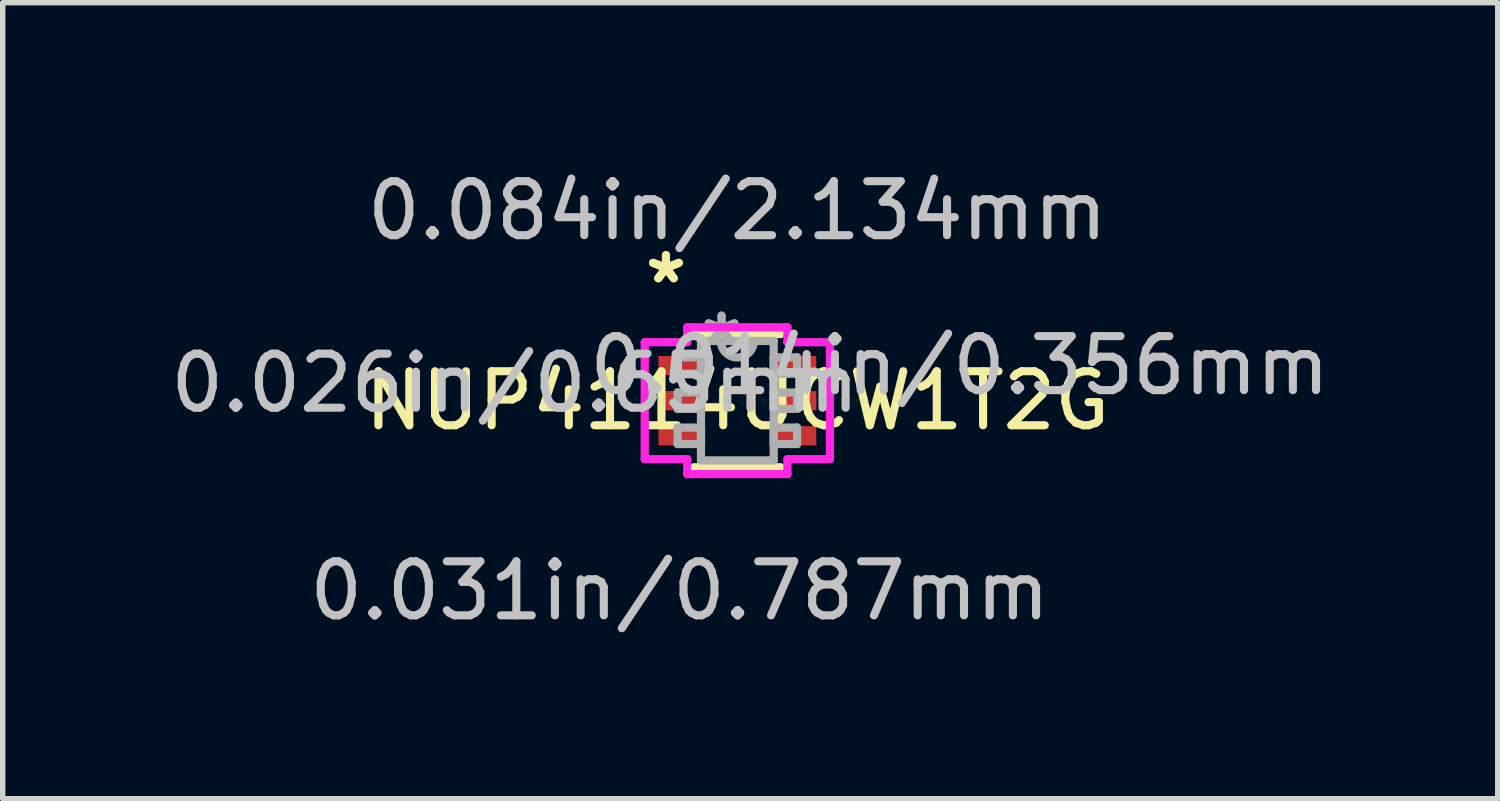
<source format=kicad_pcb>
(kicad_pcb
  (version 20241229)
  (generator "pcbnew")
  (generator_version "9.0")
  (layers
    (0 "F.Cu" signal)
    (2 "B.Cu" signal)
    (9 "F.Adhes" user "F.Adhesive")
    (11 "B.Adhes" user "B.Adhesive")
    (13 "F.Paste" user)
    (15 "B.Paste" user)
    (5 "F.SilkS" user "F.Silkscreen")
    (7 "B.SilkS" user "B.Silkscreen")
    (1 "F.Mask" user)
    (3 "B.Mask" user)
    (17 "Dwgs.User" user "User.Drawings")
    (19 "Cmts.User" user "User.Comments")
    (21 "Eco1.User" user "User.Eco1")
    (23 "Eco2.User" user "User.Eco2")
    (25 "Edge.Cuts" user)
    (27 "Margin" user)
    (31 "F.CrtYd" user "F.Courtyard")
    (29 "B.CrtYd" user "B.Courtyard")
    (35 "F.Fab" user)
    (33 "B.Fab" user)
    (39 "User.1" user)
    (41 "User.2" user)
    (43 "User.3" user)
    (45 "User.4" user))
  (footprint "NUP4114UCW1T2G"
    (layer "F.Cu")
    (at 10.597 4.366)
    (property "Reference" "NUP4114UCW1T2G" (at 0 0 0) (layer "F.SilkS") (effects (font (size 1 1) (thickness 0.15))))
    (attr through_hole)
    (fp_line (start -0.8 1.232) (end 0.8 1.232) (stroke (width 0.152) (type solid)) (layer "F.SilkS"))
    (fp_line (start 0.8 -1.232) (end -0.8 -1.232) (stroke (width 0.152) (type solid)) (layer "F.SilkS"))
    (fp_line (start -1.714 -1.082) (end -0.927 -1.082) (stroke (width 0.152) (type solid)) (layer "F.CrtYd"))
    (fp_line (start -1.714 1.082) (end -1.714 -1.082) (stroke (width 0.152) (type solid)) (layer "F.CrtYd"))
    (fp_line (start -0.927 -1.359) (end 0.927 -1.359) (stroke (width 0.152) (type solid)) (layer "F.CrtYd"))
    (fp_line (start -0.927 -1.082) (end -0.927 -1.359) (stroke (width 0.152) (type solid)) (layer "F.CrtYd"))
    (fp_line (start -0.927 1.082) (end -1.714 1.082) (stroke (width 0.152) (type solid)) (layer "F.CrtYd"))
    (fp_line (start -0.927 1.359) (end -0.927 1.082) (stroke (width 0.152) (type solid)) (layer "F.CrtYd"))
    (fp_line (start 0.927 -1.359) (end 0.927 -1.082) (stroke (width 0.152) (type solid)) (layer "F.CrtYd"))
    (fp_line (start 0.927 -1.082) (end 1.714 -1.082) (stroke (width 0.152) (type solid)) (layer "F.CrtYd"))
    (fp_line (start 0.927 1.082) (end 0.927 1.359) (stroke (width 0.152) (type solid)) (layer "F.CrtYd"))
    (fp_line (start 0.927 1.359) (end -0.927 1.359) (stroke (width 0.152) (type solid)) (layer "F.CrtYd"))
    (fp_line (start 1.714 -1.082) (end 1.714 1.082) (stroke (width 0.152) (type solid)) (layer "F.CrtYd"))
    (fp_line (start 1.714 1.082) (end 0.927 1.082) (stroke (width 0.152) (type solid)) (layer "F.CrtYd"))
    (fp_line (start -1.105 -0.802) (end -1.105 -0.498) (stroke (width 0.152) (type solid)) (layer "F.Fab"))
    (fp_line (start -1.105 -0.498) (end -0.673 -0.498) (stroke (width 0.152) (type solid)) (layer "F.Fab"))
    (fp_line (start -1.105 -0.152) (end -1.105 0.152) (stroke (width 0.152) (type solid)) (layer "F.Fab"))
    (fp_line (start -1.105 0.152) (end -0.673 0.152) (stroke (width 0.152) (type solid)) (layer "F.Fab"))
    (fp_line (start -1.105 0.498) (end -1.105 0.802) (stroke (width 0.152) (type solid)) (layer "F.Fab"))
    (fp_line (start -1.105 0.802) (end -0.673 0.802) (stroke (width 0.152) (type solid)) (layer "F.Fab"))
    (fp_line (start -0.673 -1.105) (end -0.673 1.105) (stroke (width 0.152) (type solid)) (layer "F.Fab"))
    (fp_line (start -0.673 -0.802) (end -1.105 -0.802) (stroke (width 0.152) (type solid)) (layer "F.Fab"))
    (fp_line (start -0.673 -0.498) (end -0.673 -0.802) (stroke (width 0.152) (type solid)) (layer "F.Fab"))
    (fp_line (start -0.673 -0.152) (end -1.105 -0.152) (stroke (width 0.152) (type solid)) (layer "F.Fab"))
    (fp_line (start -0.673 0.152) (end -0.673 -0.152) (stroke (width 0.152) (type solid)) (layer "F.Fab"))
    (fp_line (start -0.673 0.498) (end -1.105 0.498) (stroke (width 0.152) (type solid)) (layer "F.Fab"))
    (fp_line (start -0.673 0.802) (end -0.673 0.498) (stroke (width 0.152) (type solid)) (layer "F.Fab"))
    (fp_line (start -0.673 1.105) (end 0.673 1.105) (stroke (width 0.152) (type solid)) (layer "F.Fab"))
    (fp_line (start 0.673 -1.105) (end -0.673 -1.105) (stroke (width 0.152) (type solid)) (layer "F.Fab"))
    (fp_line (start 0.673 -0.802) (end 0.673 -0.498) (stroke (width 0.152) (type solid)) (layer "F.Fab"))
    (fp_line (start 0.673 -0.498) (end 1.105 -0.498) (stroke (width 0.152) (type solid)) (layer "F.Fab"))
    (fp_line (start 0.673 -0.152) (end 0.673 0.152) (stroke (width 0.152) (type solid)) (layer "F.Fab"))
    (fp_line (start 0.673 0.152) (end 1.105 0.152) (stroke (width 0.152) (type solid)) (layer "F.Fab"))
    (fp_line (start 0.673 0.498) (end 0.673 0.802) (stroke (width 0.152) (type solid)) (layer "F.Fab"))
    (fp_line (start 0.673 0.802) (end 1.105 0.802) (stroke (width 0.152) (type solid)) (layer "F.Fab"))
    (fp_line (start 0.673 1.105) (end 0.673 -1.105) (stroke (width 0.152) (type solid)) (layer "F.Fab"))
    (fp_line (start 1.105 -0.802) (end 0.673 -0.802) (stroke (width 0.152) (type solid)) (layer "F.Fab"))
    (fp_line (start 1.105 -0.498) (end 1.105 -0.802) (stroke (width 0.152) (type solid)) (layer "F.Fab"))
    (fp_line (start 1.105 -0.152) (end 0.673 -0.152) (stroke (width 0.152) (type solid)) (layer "F.Fab"))
    (fp_line (start 1.105 0.152) (end 1.105 -0.152) (stroke (width 0.152) (type solid)) (layer "F.Fab"))
    (fp_line (start 1.105 0.498) (end 0.673 0.498) (stroke (width 0.152) (type solid)) (layer "F.Fab"))
    (fp_line (start 1.105 0.802) (end 1.105 0.498) (stroke (width 0.152) (type solid)) (layer "F.Fab"))
    (fp_arc (start 0.3048 -1.1049) (mid 0 -0.8001) (end -0.3048 -1.1049) (stroke (width 0.1524) (type solid)) (layer "F.Fab"))
    (fp_text user "*" (at -1.321 -2.149 0) (layer "F.SilkS") (effects (font (size 1 1) (thickness 0.15))))
    (fp_text user "*" (at -1.321 -2.149 0) (layer "F.SilkS") (effects (font (size 1 1) (thickness 0.15))))
    (fp_text user "0.084in/2.134mm" (at 0 -3.518 0) (layer "Dwgs.User") (effects (font (size 1 1) (thickness 0.15))))
    (fp_text user "0.014in/0.356mm" (at 4.115 -0.65 0) (layer "Dwgs.User") (effects (font (size 1 1) (thickness 0.15))))
    (fp_text user "0.026in/0.65mm" (at -4.115 -0.325 0) (layer "Dwgs.User") (effects (font (size 1 1) (thickness 0.15))))
    (fp_text user "0.031in/0.787mm" (at -1.067 3.518 0) (layer "Dwgs.User") (effects (font (size 1 1) (thickness 0.15))))
    (fp_text user "Copyright 2016 Accelerated Designs. All rights reserved." (at 0 0 0) (layer "Cmts.User") (effects (font (size 0.127 0.127) (thickness 0.002))))
    (fp_text user "*" (at -0.292 -1.029 0) (layer "F.Fab") (effects (font (size 1 1) (thickness 0.15))))
    (fp_text user "*" (at -0.292 -1.029 0) (layer "F.Fab") (effects (font (size 1 1) (thickness 0.15))))
    (pad "1" smd rect (at -1.067 -0.65) (size 0.787 0.356) (layers "F.Cu" "F.Mask" "F.Paste"))
    (pad "2" smd rect (at -1.067 0) (size 0.787 0.356) (layers "F.Cu" "F.Mask" "F.Paste"))
    (pad "3" smd rect (at -1.067 0.65) (size 0.787 0.356) (layers "F.Cu" "F.Mask" "F.Paste"))
    (pad "4" smd rect (at 1.067 0.65) (size 0.787 0.356) (layers "F.Cu" "F.Mask" "F.Paste"))
    (pad "5" smd rect (at 1.067 0) (size 0.787 0.356) (layers "F.Cu" "F.Mask" "F.Paste"))
    (pad "6" smd rect (at 1.067 -0.65) (size 0.787 0.356) (layers "F.Cu" "F.Mask" "F.Paste")))
  (gr_rect
    (start -3 -3)
    (end 24.67 11.732)
    (stroke (width 0.1) (type default))
    (fill no)
    (layer "Edge.Cuts")))
</source>
